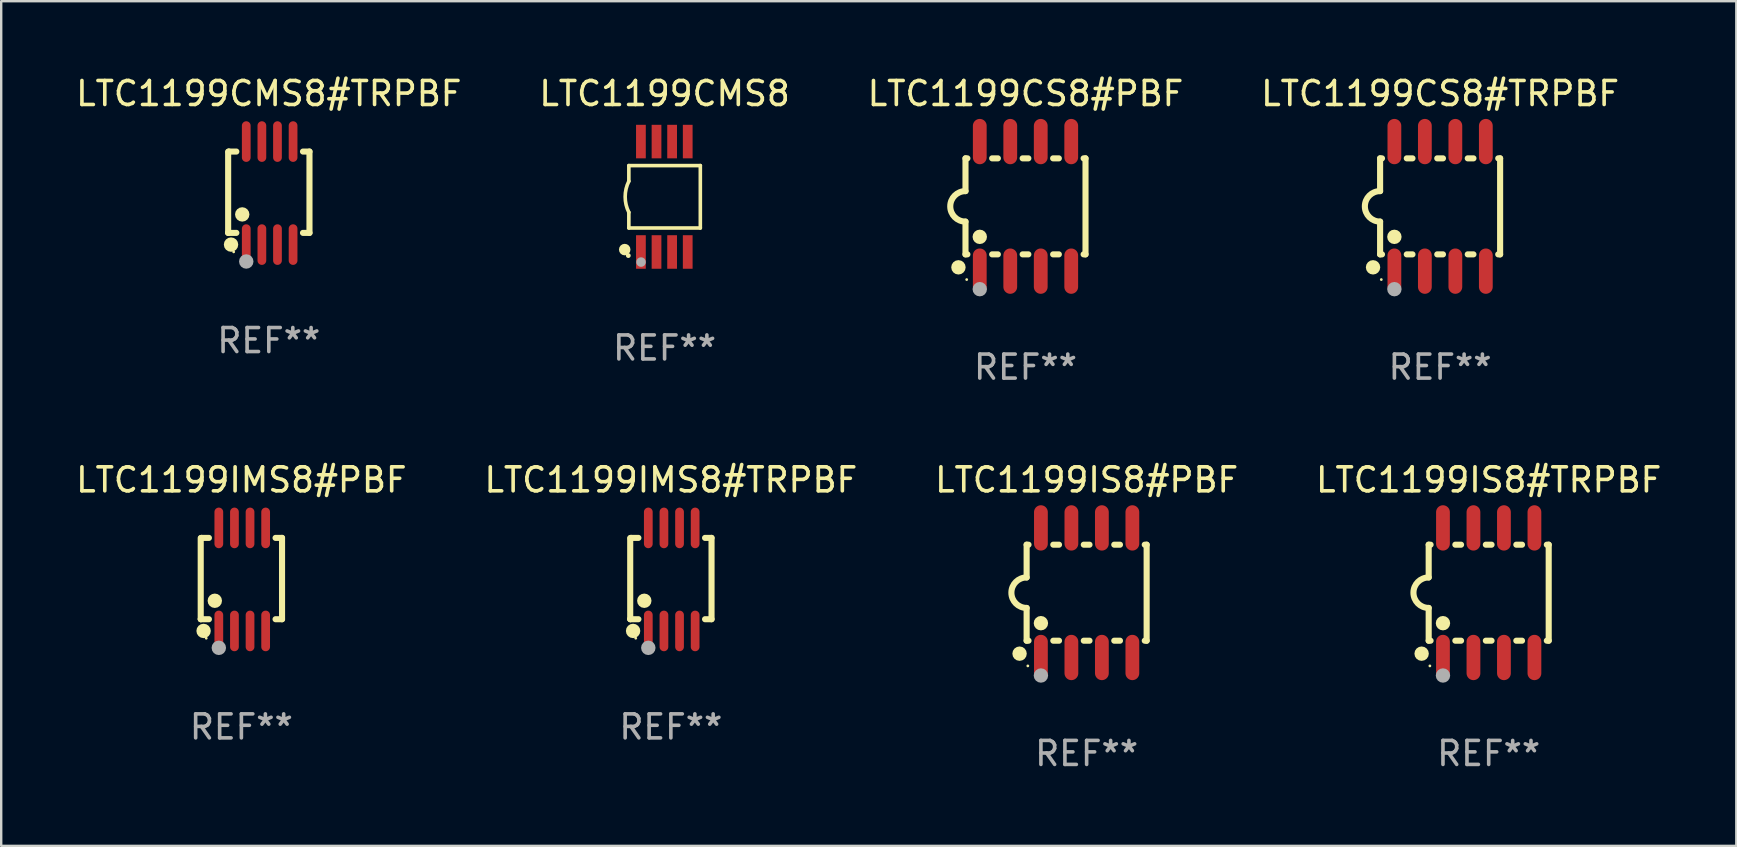
<source format=kicad_pcb>
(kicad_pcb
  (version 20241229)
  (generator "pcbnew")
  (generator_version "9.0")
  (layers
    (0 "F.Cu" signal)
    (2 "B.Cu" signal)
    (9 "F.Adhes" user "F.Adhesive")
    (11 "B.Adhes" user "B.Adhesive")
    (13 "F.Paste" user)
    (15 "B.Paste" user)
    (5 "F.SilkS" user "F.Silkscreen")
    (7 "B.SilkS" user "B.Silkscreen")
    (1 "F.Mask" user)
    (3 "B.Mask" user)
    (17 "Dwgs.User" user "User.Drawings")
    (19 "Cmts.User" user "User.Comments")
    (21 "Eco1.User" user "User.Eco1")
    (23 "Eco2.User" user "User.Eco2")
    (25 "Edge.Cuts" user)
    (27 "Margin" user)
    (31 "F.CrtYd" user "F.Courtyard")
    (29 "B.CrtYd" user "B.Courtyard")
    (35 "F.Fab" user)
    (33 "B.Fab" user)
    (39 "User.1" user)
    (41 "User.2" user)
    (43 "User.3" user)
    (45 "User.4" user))
  (footprint "LTC1199IMS8#PBF"
    (layer "F.Cu")
    (at 7.006 21.089)
    (property "Reference" "LTC1199IMS8#PBF" (at 0 -4.146 0) (layer "F.SilkS") (effects (font (size 1 1) (thickness 0.15))))
    (attr through_hole)
    (fp_line (start -1.694 -1.724) (end -1.694 1.652) (stroke (width 0.254) (type solid)) (layer "F.SilkS"))
    (fp_line (start -1.694 1.652) (end -1.688 1.658) (stroke (width 0.254) (type solid)) (layer "F.SilkS"))
    (fp_line (start -1.688 1.658) (end -1.353 1.658) (stroke (width 0.254) (type solid)) (layer "F.SilkS"))
    (fp_line (start -1.661 -1.73) (end -1.681 -1.71) (stroke (width 0.254) (type solid)) (layer "F.SilkS"))
    (fp_line (start -1.353 -1.73) (end -1.661 -1.73) (stroke (width 0.254) (type solid)) (layer "F.SilkS"))
    (fp_line (start 1.424 1.658) (end 1.694 1.658) (stroke (width 0.254) (type solid)) (layer "F.SilkS"))
    (fp_line (start 1.694 -1.73) (end 1.424 -1.73) (stroke (width 0.254) (type solid)) (layer "F.SilkS"))
    (fp_line (start 1.694 1.658) (end 1.694 -1.73) (stroke (width 0.254) (type solid)) (layer "F.SilkS"))
    (fp_circle (center -1.574 2.146) (end -1.424 2.146) (stroke (width 0.3) (type solid)) (fill no) (layer "F.SilkS"))
    (fp_circle (center -1.464 2.45) (end -1.434 2.45) (stroke (width 0.06) (type solid)) (fill no) (layer "F.SilkS"))
    (fp_circle (center -1.107 0.889) (end -0.957 0.889) (stroke (width 0.3) (type solid)) (fill no) (layer "F.SilkS"))
    (fp_circle (center -0.94 2.85) (end -0.789 2.85) (stroke (width 0.3) (type solid)) (fill no) (layer "F.Fab"))
    (fp_text user "REF**" (at 0 6.146 0) (layer "F.Fab") (effects (font (size 1 1) (thickness 0.15))))
    (pad "1" smd oval (at -0.94 2.146) (size 0.364 1.692) (layers "F.Cu" "F.Mask" "F.Paste"))
    (pad "2" smd oval (at -0.289 2.146) (size 0.364 1.692) (layers "F.Cu" "F.Mask" "F.Paste"))
    (pad "3" smd oval (at 0.361 2.146) (size 0.364 1.692) (layers "F.Cu" "F.Mask" "F.Paste"))
    (pad "4" smd oval (at 1.011 2.146) (size 0.364 1.692) (layers "F.Cu" "F.Mask" "F.Paste"))
    (pad "5" smd oval (at 1.011 -2.146) (size 0.364 1.692) (layers "F.Cu" "F.Mask" "F.Paste"))
    (pad "6" smd oval (at 0.361 -2.146) (size 0.364 1.692) (layers "F.Cu" "F.Mask" "F.Paste"))
    (pad "7" smd oval (at -0.289 -2.146) (size 0.364 1.692) (layers "F.Cu" "F.Mask" "F.Paste"))
    (pad "8" smd oval (at -0.94 -2.146) (size 0.364 1.692) (layers "F.Cu" "F.Mask" "F.Paste")))
  (footprint "LTC1199IS8#TRPBF"
    (layer "F.Cu")
    (at 58.97 21.642)
    (property "Reference" "LTC1199IS8#TRPBF" (at 0 -4.699 0) (layer "F.SilkS") (effects (font (size 1 1) (thickness 0.15))))
    (attr through_hole)
    (fp_line (start -2.5 -2) (end -2.5 -0.635) (stroke (width 0.254) (type solid)) (layer "F.SilkS"))
    (fp_line (start -2.5 -2) (end -2.421 -2) (stroke (width 0.254) (type solid)) (layer "F.SilkS"))
    (fp_line (start -2.5 2) (end -2.5 0.635) (stroke (width 0.254) (type solid)) (layer "F.SilkS"))
    (fp_line (start -2.5 2) (end -2.421 2) (stroke (width 0.254) (type solid)) (layer "F.SilkS"))
    (fp_line (start -1.389 -2) (end -1.151 -2) (stroke (width 0.254) (type solid)) (layer "F.SilkS"))
    (fp_line (start -1.389 2) (end -1.151 2) (stroke (width 0.254) (type solid)) (layer "F.SilkS"))
    (fp_line (start -0.119 -2) (end 0.119 -2) (stroke (width 0.254) (type solid)) (layer "F.SilkS"))
    (fp_line (start -0.119 2) (end 0.119 2) (stroke (width 0.254) (type solid)) (layer "F.SilkS"))
    (fp_line (start 1.151 -2) (end 1.389 -2) (stroke (width 0.254) (type solid)) (layer "F.SilkS"))
    (fp_line (start 1.151 2) (end 1.389 2) (stroke (width 0.254) (type solid)) (layer "F.SilkS"))
    (fp_line (start 2.421 -2) (end 2.5 -2) (stroke (width 0.254) (type solid)) (layer "F.SilkS"))
    (fp_line (start 2.421 2) (end 2.5 2) (stroke (width 0.254) (type solid)) (layer "F.SilkS"))
    (fp_line (start 2.5 -2) (end 2.5 2) (stroke (width 0.254) (type solid)) (layer "F.SilkS"))
    (fp_arc (start -2.5 0.635001) (mid -3.134366 -0.000318) (end -2.499365 -0.635001) (stroke (width 0.254001) (type solid)) (layer "F.SilkS"))
    (fp_circle (center -2.794 2.54) (end -2.644 2.54) (stroke (width 0.3) (type solid)) (fill no) (layer "F.SilkS"))
    (fp_circle (center -2.45 3.05) (end -2.42 3.05) (stroke (width 0.06) (type solid)) (fill no) (layer "F.SilkS"))
    (fp_circle (center -1.905 1.27) (end -1.755 1.27) (stroke (width 0.3) (type solid)) (fill no) (layer "F.SilkS"))
    (fp_circle (center -1.905 3.45) (end -1.755 3.45) (stroke (width 0.3) (type solid)) (fill no) (layer "F.Fab"))
    (fp_text user "REF**" (at 0 6.699 0) (layer "F.Fab") (effects (font (size 1 1) (thickness 0.15))))
    (pad "1" smd oval (at -1.905 2.699) (size 0.574 1.888) (layers "F.Cu" "F.Mask" "F.Paste"))
    (pad "2" smd oval (at -0.635 2.699) (size 0.574 1.888) (layers "F.Cu" "F.Mask" "F.Paste"))
    (pad "3" smd oval (at 0.635 2.699) (size 0.574 1.888) (layers "F.Cu" "F.Mask" "F.Paste"))
    (pad "4" smd oval (at 1.905 2.699) (size 0.574 1.888) (layers "F.Cu" "F.Mask" "F.Paste"))
    (pad "5" smd oval (at 1.905 -2.699) (size 0.574 1.888) (layers "F.Cu" "F.Mask" "F.Paste"))
    (pad "6" smd oval (at 0.635 -2.699) (size 0.574 1.888) (layers "F.Cu" "F.Mask" "F.Paste"))
    (pad "7" smd oval (at -0.635 -2.699) (size 0.574 1.888) (layers "F.Cu" "F.Mask" "F.Paste"))
    (pad "8" smd oval (at -1.905 -2.699) (size 0.574 1.888) (layers "F.Cu" "F.Mask" "F.Paste")))
  (footprint "LTC1199IS8#PBF"
    (layer "F.Cu")
    (at 42.22 21.642)
    (property "Reference" "LTC1199IS8#PBF" (at 0 -4.699 0) (layer "F.SilkS") (effects (font (size 1 1) (thickness 0.15))))
    (attr through_hole)
    (fp_line (start -2.5 -2) (end -2.5 -0.635) (stroke (width 0.254) (type solid)) (layer "F.SilkS"))
    (fp_line (start -2.5 -2) (end -2.421 -2) (stroke (width 0.254) (type solid)) (layer "F.SilkS"))
    (fp_line (start -2.5 2) (end -2.5 0.635) (stroke (width 0.254) (type solid)) (layer "F.SilkS"))
    (fp_line (start -2.5 2) (end -2.421 2) (stroke (width 0.254) (type solid)) (layer "F.SilkS"))
    (fp_line (start -1.389 -2) (end -1.151 -2) (stroke (width 0.254) (type solid)) (layer "F.SilkS"))
    (fp_line (start -1.389 2) (end -1.151 2) (stroke (width 0.254) (type solid)) (layer "F.SilkS"))
    (fp_line (start -0.119 -2) (end 0.119 -2) (stroke (width 0.254) (type solid)) (layer "F.SilkS"))
    (fp_line (start -0.119 2) (end 0.119 2) (stroke (width 0.254) (type solid)) (layer "F.SilkS"))
    (fp_line (start 1.151 -2) (end 1.389 -2) (stroke (width 0.254) (type solid)) (layer "F.SilkS"))
    (fp_line (start 1.151 2) (end 1.389 2) (stroke (width 0.254) (type solid)) (layer "F.SilkS"))
    (fp_line (start 2.421 -2) (end 2.5 -2) (stroke (width 0.254) (type solid)) (layer "F.SilkS"))
    (fp_line (start 2.421 2) (end 2.5 2) (stroke (width 0.254) (type solid)) (layer "F.SilkS"))
    (fp_line (start 2.5 -2) (end 2.5 2) (stroke (width 0.254) (type solid)) (layer "F.SilkS"))
    (fp_arc (start -2.5 0.635001) (mid -3.134366 -0.000318) (end -2.499365 -0.635001) (stroke (width 0.254001) (type solid)) (layer "F.SilkS"))
    (fp_circle (center -2.794 2.54) (end -2.644 2.54) (stroke (width 0.3) (type solid)) (fill no) (layer "F.SilkS"))
    (fp_circle (center -2.45 3.05) (end -2.42 3.05) (stroke (width 0.06) (type solid)) (fill no) (layer "F.SilkS"))
    (fp_circle (center -1.905 1.27) (end -1.755 1.27) (stroke (width 0.3) (type solid)) (fill no) (layer "F.SilkS"))
    (fp_circle (center -1.905 3.45) (end -1.755 3.45) (stroke (width 0.3) (type solid)) (fill no) (layer "F.Fab"))
    (fp_text user "REF**" (at 0 6.699 0) (layer "F.Fab") (effects (font (size 1 1) (thickness 0.15))))
    (pad "1" smd oval (at -1.905 2.699) (size 0.574 1.888) (layers "F.Cu" "F.Mask" "F.Paste"))
    (pad "2" smd oval (at -0.635 2.699) (size 0.574 1.888) (layers "F.Cu" "F.Mask" "F.Paste"))
    (pad "3" smd oval (at 0.635 2.699) (size 0.574 1.888) (layers "F.Cu" "F.Mask" "F.Paste"))
    (pad "4" smd oval (at 1.905 2.699) (size 0.574 1.888) (layers "F.Cu" "F.Mask" "F.Paste"))
    (pad "5" smd oval (at 1.905 -2.699) (size 0.574 1.888) (layers "F.Cu" "F.Mask" "F.Paste"))
    (pad "6" smd oval (at 0.635 -2.699) (size 0.574 1.888) (layers "F.Cu" "F.Mask" "F.Paste"))
    (pad "7" smd oval (at -0.635 -2.699) (size 0.574 1.888) (layers "F.Cu" "F.Mask" "F.Paste"))
    (pad "8" smd oval (at -1.905 -2.699) (size 0.574 1.888) (layers "F.Cu" "F.Mask" "F.Paste")))
  (footprint "LTC1199IMS8#TRPBF"
    (layer "F.Cu")
    (at 24.899 21.089)
    (property "Reference" "LTC1199IMS8#TRPBF" (at 0 -4.146 0) (layer "F.SilkS") (effects (font (size 1 1) (thickness 0.15))))
    (attr through_hole)
    (fp_line (start -1.694 -1.724) (end -1.694 1.652) (stroke (width 0.254) (type solid)) (layer "F.SilkS"))
    (fp_line (start -1.694 1.652) (end -1.688 1.658) (stroke (width 0.254) (type solid)) (layer "F.SilkS"))
    (fp_line (start -1.688 1.658) (end -1.353 1.658) (stroke (width 0.254) (type solid)) (layer "F.SilkS"))
    (fp_line (start -1.661 -1.73) (end -1.681 -1.71) (stroke (width 0.254) (type solid)) (layer "F.SilkS"))
    (fp_line (start -1.353 -1.73) (end -1.661 -1.73) (stroke (width 0.254) (type solid)) (layer "F.SilkS"))
    (fp_line (start 1.424 1.658) (end 1.694 1.658) (stroke (width 0.254) (type solid)) (layer "F.SilkS"))
    (fp_line (start 1.694 -1.73) (end 1.424 -1.73) (stroke (width 0.254) (type solid)) (layer "F.SilkS"))
    (fp_line (start 1.694 1.658) (end 1.694 -1.73) (stroke (width 0.254) (type solid)) (layer "F.SilkS"))
    (fp_circle (center -1.574 2.146) (end -1.424 2.146) (stroke (width 0.3) (type solid)) (fill no) (layer "F.SilkS"))
    (fp_circle (center -1.464 2.45) (end -1.434 2.45) (stroke (width 0.06) (type solid)) (fill no) (layer "F.SilkS"))
    (fp_circle (center -1.107 0.889) (end -0.957 0.889) (stroke (width 0.3) (type solid)) (fill no) (layer "F.SilkS"))
    (fp_circle (center -0.94 2.85) (end -0.789 2.85) (stroke (width 0.3) (type solid)) (fill no) (layer "F.Fab"))
    (fp_text user "REF**" (at 0 6.146 0) (layer "F.Fab") (effects (font (size 1 1) (thickness 0.15))))
    (pad "1" smd oval (at -0.94 2.146) (size 0.364 1.692) (layers "F.Cu" "F.Mask" "F.Paste"))
    (pad "2" smd oval (at -0.289 2.146) (size 0.364 1.692) (layers "F.Cu" "F.Mask" "F.Paste"))
    (pad "3" smd oval (at 0.361 2.146) (size 0.364 1.692) (layers "F.Cu" "F.Mask" "F.Paste"))
    (pad "4" smd oval (at 1.011 2.146) (size 0.364 1.692) (layers "F.Cu" "F.Mask" "F.Paste"))
    (pad "5" smd oval (at 1.011 -2.146) (size 0.364 1.692) (layers "F.Cu" "F.Mask" "F.Paste"))
    (pad "6" smd oval (at 0.361 -2.146) (size 0.364 1.692) (layers "F.Cu" "F.Mask" "F.Paste"))
    (pad "7" smd oval (at -0.289 -2.146) (size 0.364 1.692) (layers "F.Cu" "F.Mask" "F.Paste"))
    (pad "8" smd oval (at -0.94 -2.146) (size 0.364 1.692) (layers "F.Cu" "F.Mask" "F.Paste")))
  (footprint "LTC1199CMS8#TRPBF"
    (layer "F.Cu")
    (at 8.149 4.994)
    (property "Reference" "LTC1199CMS8#TRPBF" (at 0 -4.146 0) (layer "F.SilkS") (effects (font (size 1 1) (thickness 0.15))))
    (attr through_hole)
    (fp_line (start -1.694 -1.724) (end -1.694 1.652) (stroke (width 0.254) (type solid)) (layer "F.SilkS"))
    (fp_line (start -1.694 1.652) (end -1.688 1.658) (stroke (width 0.254) (type solid)) (layer "F.SilkS"))
    (fp_line (start -1.688 1.658) (end -1.353 1.658) (stroke (width 0.254) (type solid)) (layer "F.SilkS"))
    (fp_line (start -1.661 -1.73) (end -1.681 -1.71) (stroke (width 0.254) (type solid)) (layer "F.SilkS"))
    (fp_line (start -1.353 -1.73) (end -1.661 -1.73) (stroke (width 0.254) (type solid)) (layer "F.SilkS"))
    (fp_line (start 1.424 1.658) (end 1.694 1.658) (stroke (width 0.254) (type solid)) (layer "F.SilkS"))
    (fp_line (start 1.694 -1.73) (end 1.424 -1.73) (stroke (width 0.254) (type solid)) (layer "F.SilkS"))
    (fp_line (start 1.694 1.658) (end 1.694 -1.73) (stroke (width 0.254) (type solid)) (layer "F.SilkS"))
    (fp_circle (center -1.574 2.146) (end -1.424 2.146) (stroke (width 0.3) (type solid)) (fill no) (layer "F.SilkS"))
    (fp_circle (center -1.464 2.45) (end -1.434 2.45) (stroke (width 0.06) (type solid)) (fill no) (layer "F.SilkS"))
    (fp_circle (center -1.107 0.889) (end -0.957 0.889) (stroke (width 0.3) (type solid)) (fill no) (layer "F.SilkS"))
    (fp_circle (center -0.94 2.85) (end -0.789 2.85) (stroke (width 0.3) (type solid)) (fill no) (layer "F.Fab"))
    (fp_text user "REF**" (at 0 6.146 0) (layer "F.Fab") (effects (font (size 1 1) (thickness 0.15))))
    (pad "1" smd oval (at -0.94 2.146) (size 0.364 1.692) (layers "F.Cu" "F.Mask" "F.Paste"))
    (pad "2" smd oval (at -0.289 2.146) (size 0.364 1.692) (layers "F.Cu" "F.Mask" "F.Paste"))
    (pad "3" smd oval (at 0.361 2.146) (size 0.364 1.692) (layers "F.Cu" "F.Mask" "F.Paste"))
    (pad "4" smd oval (at 1.011 2.146) (size 0.364 1.692) (layers "F.Cu" "F.Mask" "F.Paste"))
    (pad "5" smd oval (at 1.011 -2.146) (size 0.364 1.692) (layers "F.Cu" "F.Mask" "F.Paste"))
    (pad "6" smd oval (at 0.361 -2.146) (size 0.364 1.692) (layers "F.Cu" "F.Mask" "F.Paste"))
    (pad "7" smd oval (at -0.289 -2.146) (size 0.364 1.692) (layers "F.Cu" "F.Mask" "F.Paste"))
    (pad "8" smd oval (at -0.94 -2.146) (size 0.364 1.692) (layers "F.Cu" "F.Mask" "F.Paste")))
  (footprint "LTC1199CS8#TRPBF"
    (layer "F.Cu")
    (at 56.946 5.547)
    (property "Reference" "LTC1199CS8#TRPBF" (at 0 -4.699 0) (layer "F.SilkS") (effects (font (size 1 1) (thickness 0.15))))
    (attr through_hole)
    (fp_line (start -2.5 -2) (end -2.5 -0.635) (stroke (width 0.254) (type solid)) (layer "F.SilkS"))
    (fp_line (start -2.5 -2) (end -2.421 -2) (stroke (width 0.254) (type solid)) (layer "F.SilkS"))
    (fp_line (start -2.5 2) (end -2.5 0.635) (stroke (width 0.254) (type solid)) (layer "F.SilkS"))
    (fp_line (start -2.5 2) (end -2.421 2) (stroke (width 0.254) (type solid)) (layer "F.SilkS"))
    (fp_line (start -1.389 -2) (end -1.151 -2) (stroke (width 0.254) (type solid)) (layer "F.SilkS"))
    (fp_line (start -1.389 2) (end -1.151 2) (stroke (width 0.254) (type solid)) (layer "F.SilkS"))
    (fp_line (start -0.119 -2) (end 0.119 -2) (stroke (width 0.254) (type solid)) (layer "F.SilkS"))
    (fp_line (start -0.119 2) (end 0.119 2) (stroke (width 0.254) (type solid)) (layer "F.SilkS"))
    (fp_line (start 1.151 -2) (end 1.389 -2) (stroke (width 0.254) (type solid)) (layer "F.SilkS"))
    (fp_line (start 1.151 2) (end 1.389 2) (stroke (width 0.254) (type solid)) (layer "F.SilkS"))
    (fp_line (start 2.421 -2) (end 2.5 -2) (stroke (width 0.254) (type solid)) (layer "F.SilkS"))
    (fp_line (start 2.421 2) (end 2.5 2) (stroke (width 0.254) (type solid)) (layer "F.SilkS"))
    (fp_line (start 2.5 -2) (end 2.5 2) (stroke (width 0.254) (type solid)) (layer "F.SilkS"))
    (fp_arc (start -2.5 0.635001) (mid -3.134366 -0.000318) (end -2.499365 -0.635001) (stroke (width 0.254001) (type solid)) (layer "F.SilkS"))
    (fp_circle (center -2.794 2.54) (end -2.644 2.54) (stroke (width 0.3) (type solid)) (fill no) (layer "F.SilkS"))
    (fp_circle (center -2.45 3.05) (end -2.42 3.05) (stroke (width 0.06) (type solid)) (fill no) (layer "F.SilkS"))
    (fp_circle (center -1.905 1.27) (end -1.755 1.27) (stroke (width 0.3) (type solid)) (fill no) (layer "F.SilkS"))
    (fp_circle (center -1.905 3.45) (end -1.755 3.45) (stroke (width 0.3) (type solid)) (fill no) (layer "F.Fab"))
    (fp_text user "REF**" (at 0 6.699 0) (layer "F.Fab") (effects (font (size 1 1) (thickness 0.15))))
    (pad "1" smd oval (at -1.905 2.699) (size 0.574 1.888) (layers "F.Cu" "F.Mask" "F.Paste"))
    (pad "2" smd oval (at -0.635 2.699) (size 0.574 1.888) (layers "F.Cu" "F.Mask" "F.Paste"))
    (pad "3" smd oval (at 0.635 2.699) (size 0.574 1.888) (layers "F.Cu" "F.Mask" "F.Paste"))
    (pad "4" smd oval (at 1.905 2.699) (size 0.574 1.888) (layers "F.Cu" "F.Mask" "F.Paste"))
    (pad "5" smd oval (at 1.905 -2.699) (size 0.574 1.888) (layers "F.Cu" "F.Mask" "F.Paste"))
    (pad "6" smd oval (at 0.635 -2.699) (size 0.574 1.888) (layers "F.Cu" "F.Mask" "F.Paste"))
    (pad "7" smd oval (at -0.635 -2.699) (size 0.574 1.888) (layers "F.Cu" "F.Mask" "F.Paste"))
    (pad "8" smd oval (at -1.905 -2.699) (size 0.574 1.888) (layers "F.Cu" "F.Mask" "F.Paste")))
  (footprint "LTC1199CS8#PBF"
    (layer "F.Cu")
    (at 39.673 5.547)
    (property "Reference" "LTC1199CS8#PBF" (at 0 -4.699 0) (layer "F.SilkS") (effects (font (size 1 1) (thickness 0.15))))
    (attr through_hole)
    (fp_line (start -2.5 -2) (end -2.5 -0.635) (stroke (width 0.254) (type solid)) (layer "F.SilkS"))
    (fp_line (start -2.5 -2) (end -2.421 -2) (stroke (width 0.254) (type solid)) (layer "F.SilkS"))
    (fp_line (start -2.5 2) (end -2.5 0.635) (stroke (width 0.254) (type solid)) (layer "F.SilkS"))
    (fp_line (start -2.5 2) (end -2.421 2) (stroke (width 0.254) (type solid)) (layer "F.SilkS"))
    (fp_line (start -1.389 -2) (end -1.151 -2) (stroke (width 0.254) (type solid)) (layer "F.SilkS"))
    (fp_line (start -1.389 2) (end -1.151 2) (stroke (width 0.254) (type solid)) (layer "F.SilkS"))
    (fp_line (start -0.119 -2) (end 0.119 -2) (stroke (width 0.254) (type solid)) (layer "F.SilkS"))
    (fp_line (start -0.119 2) (end 0.119 2) (stroke (width 0.254) (type solid)) (layer "F.SilkS"))
    (fp_line (start 1.151 -2) (end 1.389 -2) (stroke (width 0.254) (type solid)) (layer "F.SilkS"))
    (fp_line (start 1.151 2) (end 1.389 2) (stroke (width 0.254) (type solid)) (layer "F.SilkS"))
    (fp_line (start 2.421 -2) (end 2.5 -2) (stroke (width 0.254) (type solid)) (layer "F.SilkS"))
    (fp_line (start 2.421 2) (end 2.5 2) (stroke (width 0.254) (type solid)) (layer "F.SilkS"))
    (fp_line (start 2.5 -2) (end 2.5 2) (stroke (width 0.254) (type solid)) (layer "F.SilkS"))
    (fp_arc (start -2.5 0.635001) (mid -3.134366 -0.000318) (end -2.499365 -0.635001) (stroke (width 0.254001) (type solid)) (layer "F.SilkS"))
    (fp_circle (center -2.794 2.54) (end -2.644 2.54) (stroke (width 0.3) (type solid)) (fill no) (layer "F.SilkS"))
    (fp_circle (center -2.45 3.05) (end -2.42 3.05) (stroke (width 0.06) (type solid)) (fill no) (layer "F.SilkS"))
    (fp_circle (center -1.905 1.27) (end -1.755 1.27) (stroke (width 0.3) (type solid)) (fill no) (layer "F.SilkS"))
    (fp_circle (center -1.905 3.45) (end -1.755 3.45) (stroke (width 0.3) (type solid)) (fill no) (layer "F.Fab"))
    (fp_text user "REF**" (at 0 6.699 0) (layer "F.Fab") (effects (font (size 1 1) (thickness 0.15))))
    (pad "1" smd oval (at -1.905 2.699) (size 0.574 1.888) (layers "F.Cu" "F.Mask" "F.Paste"))
    (pad "2" smd oval (at -0.635 2.699) (size 0.574 1.888) (layers "F.Cu" "F.Mask" "F.Paste"))
    (pad "3" smd oval (at 0.635 2.699) (size 0.574 1.888) (layers "F.Cu" "F.Mask" "F.Paste"))
    (pad "4" smd oval (at 1.905 2.699) (size 0.574 1.888) (layers "F.Cu" "F.Mask" "F.Paste"))
    (pad "5" smd oval (at 1.905 -2.699) (size 0.574 1.888) (layers "F.Cu" "F.Mask" "F.Paste"))
    (pad "6" smd oval (at 0.635 -2.699) (size 0.574 1.888) (layers "F.Cu" "F.Mask" "F.Paste"))
    (pad "7" smd oval (at -0.635 -2.699) (size 0.574 1.888) (layers "F.Cu" "F.Mask" "F.Paste"))
    (pad "8" smd oval (at -1.905 -2.699) (size 0.574 1.888) (layers "F.Cu" "F.Mask" "F.Paste")))
  (footprint "LTC1199CMS8"
    (layer "F.Cu")
    (at 24.637 5.148)
    (property "Reference" "LTC1199CMS8" (at 0 -4.3 0) (layer "F.SilkS") (effects (font (size 1 1) (thickness 0.15))))
    (attr through_hole)
    (fp_line (start -1.489 -1.3) (end -1.489 -0.648) (stroke (width 0.15) (type solid)) (layer "F.SilkS"))
    (fp_line (start -1.489 0.648) (end -1.489 1.3) (stroke (width 0.15) (type solid)) (layer "F.SilkS"))
    (fp_line (start -1.489 1.3) (end 1.489 1.3) (stroke (width 0.15) (type solid)) (layer "F.SilkS"))
    (fp_line (start 1.489 -1.3) (end -1.489 -1.3) (stroke (width 0.15) (type solid)) (layer "F.SilkS"))
    (fp_line (start 1.489 1.3) (end 1.489 -1.3) (stroke (width 0.15) (type solid)) (layer "F.SilkS"))
    (fp_arc (start -1.489205 0.647702) (mid -1.642107 0) (end -1.489205 -0.647701) (stroke (width 0.150013) (type solid)) (layer "F.SilkS"))
    (fp_circle (center -1.661 2.2) (end -1.541 2.2) (stroke (width 0.24) (type solid)) (fill no) (layer "F.SilkS"))
    (fp_circle (center -1.511 2.45) (end -1.461 2.45) (stroke (width 0.1) (type solid)) (fill no) (layer "F.SilkS"))
    (fp_circle (center -0.981 2.72) (end -0.881 2.72) (stroke (width 0.2) (type solid)) (fill no) (layer "F.Fab"))
    (fp_text user "REF**" (at 0 6.3 0) (layer "F.Fab") (effects (font (size 1 1) (thickness 0.15))))
    (pad "1" smd rect (at -0.986 2.3) (size 0.406 1.397) (layers "F.Cu" "F.Mask" "F.Paste"))
    (pad "2" smd rect (at -0.336 2.3) (size 0.406 1.397) (layers "F.Cu" "F.Mask" "F.Paste"))
    (pad "3" smd rect (at 0.314 2.3) (size 0.406 1.397) (layers "F.Cu" "F.Mask" "F.Paste"))
    (pad "4" smd rect (at 0.964 2.3) (size 0.406 1.397) (layers "F.Cu" "F.Mask" "F.Paste"))
    (pad "5" smd rect (at 0.964 -2.3) (size 0.406 1.397) (layers "F.Cu" "F.Mask" "F.Paste"))
    (pad "6" smd rect (at 0.314 -2.3) (size 0.406 1.397) (layers "F.Cu" "F.Mask" "F.Paste"))
    (pad "7" smd rect (at -0.336 -2.3) (size 0.406 1.397) (layers "F.Cu" "F.Mask" "F.Paste"))
    (pad "8" smd rect (at -0.986 -2.3) (size 0.406 1.397) (layers "F.Cu" "F.Mask" "F.Paste")))
  (gr_rect
    (start -3 -3)
    (end 69.286 32.189)
    (stroke (width 0.1) (type default))
    (fill no)
    (layer "Edge.Cuts")))
</source>
